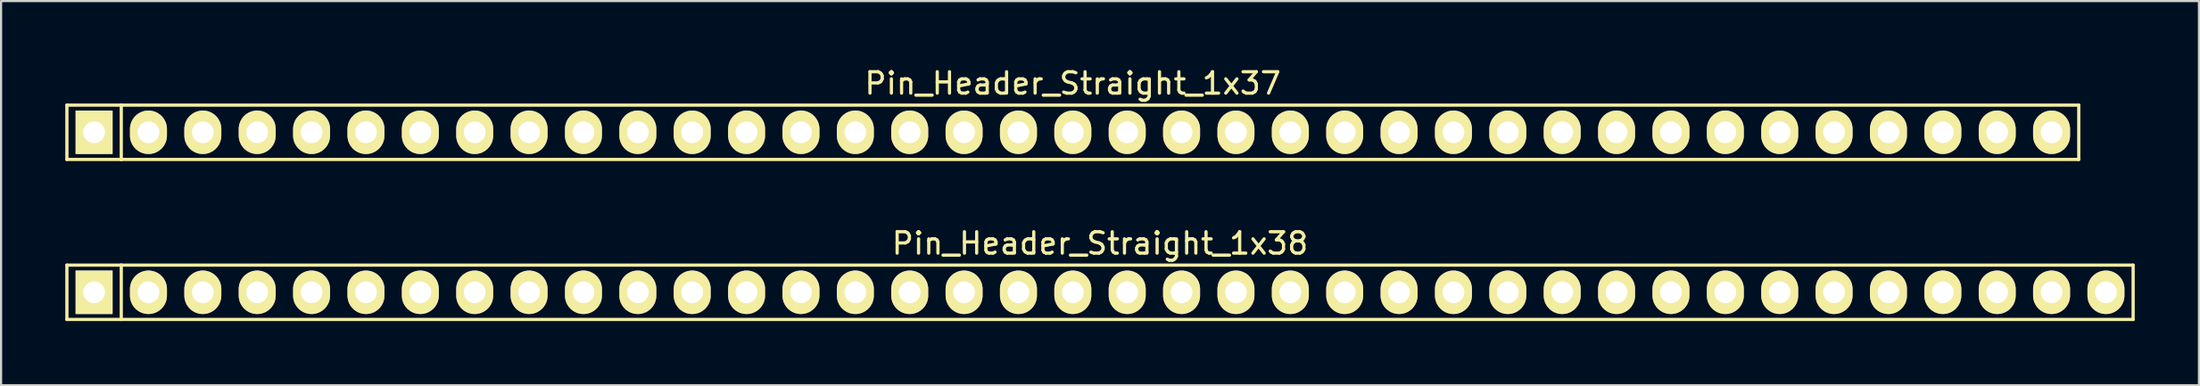
<source format=kicad_pcb>
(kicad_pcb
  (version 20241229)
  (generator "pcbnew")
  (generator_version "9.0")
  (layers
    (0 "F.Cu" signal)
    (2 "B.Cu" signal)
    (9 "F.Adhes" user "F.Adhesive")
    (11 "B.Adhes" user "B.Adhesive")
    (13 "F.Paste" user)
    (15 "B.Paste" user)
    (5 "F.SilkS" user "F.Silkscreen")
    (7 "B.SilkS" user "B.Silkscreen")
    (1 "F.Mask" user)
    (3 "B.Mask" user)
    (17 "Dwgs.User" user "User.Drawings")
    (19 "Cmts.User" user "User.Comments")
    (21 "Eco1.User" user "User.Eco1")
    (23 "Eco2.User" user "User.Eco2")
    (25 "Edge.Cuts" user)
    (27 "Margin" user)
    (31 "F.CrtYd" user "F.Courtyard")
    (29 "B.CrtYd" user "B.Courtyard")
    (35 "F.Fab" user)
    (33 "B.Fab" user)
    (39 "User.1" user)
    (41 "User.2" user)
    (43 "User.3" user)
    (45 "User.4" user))
  (footprint "Pin_Header_Straight_1x37"
    (layer "F.Cu")
    (at 47.065 3.134)
    (property "Reference" "Pin_Header_Straight_1x37" (at 0 -2.286 0) (layer "F.SilkS") (effects (font (size 1 1) (thickness 0.15))))
    (attr through_hole)
    (fp_line (start -46.99 -1.27) (end -46.99 1.27) (stroke (width 0.15) (type solid)) (layer "F.SilkS"))
    (fp_line (start -46.99 -1.27) (end -44.45 -1.27) (stroke (width 0.15) (type solid)) (layer "F.SilkS"))
    (fp_line (start -46.99 1.27) (end -44.45 1.27) (stroke (width 0.15) (type solid)) (layer "F.SilkS"))
    (fp_line (start -44.45 -1.27) (end -44.45 1.27) (stroke (width 0.15) (type solid)) (layer "F.SilkS"))
    (fp_line (start -44.45 1.27) (end 46.99 1.27) (stroke (width 0.15) (type solid)) (layer "F.SilkS"))
    (fp_line (start 46.99 -1.27) (end -44.45 -1.27) (stroke (width 0.15) (type solid)) (layer "F.SilkS"))
    (fp_line (start 46.99 1.27) (end 46.99 -1.27) (stroke (width 0.15) (type solid)) (layer "F.SilkS"))
    (pad "1" thru_hole rect (at -45.72 0) (size 1.727 2.032) (drill 1.016) (layers "*.Cu" "*.Mask" "F.SilkS"))
    (pad "2" thru_hole oval (at -43.18 0) (size 1.727 2.032) (drill 1.016) (layers "*.Cu" "*.Mask" "F.SilkS"))
    (pad "3" thru_hole oval (at -40.64 0) (size 1.727 2.032) (drill 1.016) (layers "*.Cu" "*.Mask" "F.SilkS"))
    (pad "4" thru_hole oval (at -38.1 0) (size 1.727 2.032) (drill 1.016) (layers "*.Cu" "*.Mask" "F.SilkS"))
    (pad "5" thru_hole oval (at -35.56 0) (size 1.727 2.032) (drill 1.016) (layers "*.Cu" "*.Mask" "F.SilkS"))
    (pad "6" thru_hole oval (at -33.02 0) (size 1.727 2.032) (drill 1.016) (layers "*.Cu" "*.Mask" "F.SilkS"))
    (pad "7" thru_hole oval (at -30.48 0) (size 1.727 2.032) (drill 1.016) (layers "*.Cu" "*.Mask" "F.SilkS"))
    (pad "8" thru_hole oval (at -27.94 0) (size 1.727 2.032) (drill 1.016) (layers "*.Cu" "*.Mask" "F.SilkS"))
    (pad "9" thru_hole oval (at -25.4 0) (size 1.727 2.032) (drill 1.016) (layers "*.Cu" "*.Mask" "F.SilkS"))
    (pad "10" thru_hole oval (at -22.86 0) (size 1.727 2.032) (drill 1.016) (layers "*.Cu" "*.Mask" "F.SilkS"))
    (pad "11" thru_hole oval (at -20.32 0) (size 1.727 2.032) (drill 1.016) (layers "*.Cu" "*.Mask" "F.SilkS"))
    (pad "12" thru_hole oval (at -17.78 0) (size 1.727 2.032) (drill 1.016) (layers "*.Cu" "*.Mask" "F.SilkS"))
    (pad "13" thru_hole oval (at -15.24 0) (size 1.727 2.032) (drill 1.016) (layers "*.Cu" "*.Mask" "F.SilkS"))
    (pad "14" thru_hole oval (at -12.7 0) (size 1.727 2.032) (drill 1.016) (layers "*.Cu" "*.Mask" "F.SilkS"))
    (pad "15" thru_hole oval (at -10.16 0) (size 1.727 2.032) (drill 1.016) (layers "*.Cu" "*.Mask" "F.SilkS"))
    (pad "16" thru_hole oval (at -7.62 0) (size 1.727 2.032) (drill 1.016) (layers "*.Cu" "*.Mask" "F.SilkS"))
    (pad "17" thru_hole oval (at -5.08 0) (size 1.727 2.032) (drill 1.016) (layers "*.Cu" "*.Mask" "F.SilkS"))
    (pad "18" thru_hole oval (at -2.54 0) (size 1.727 2.032) (drill 1.016) (layers "*.Cu" "*.Mask" "F.SilkS"))
    (pad "19" thru_hole oval (at 0 0) (size 1.727 2.032) (drill 1.016) (layers "*.Cu" "*.Mask" "F.SilkS"))
    (pad "20" thru_hole oval (at 2.54 0) (size 1.727 2.032) (drill 1.016) (layers "*.Cu" "*.Mask" "F.SilkS"))
    (pad "21" thru_hole oval (at 5.08 0) (size 1.727 2.032) (drill 1.016) (layers "*.Cu" "*.Mask" "F.SilkS"))
    (pad "22" thru_hole oval (at 7.62 0) (size 1.727 2.032) (drill 1.016) (layers "*.Cu" "*.Mask" "F.SilkS"))
    (pad "23" thru_hole oval (at 10.16 0) (size 1.727 2.032) (drill 1.016) (layers "*.Cu" "*.Mask" "F.SilkS"))
    (pad "24" thru_hole oval (at 12.7 0) (size 1.727 2.032) (drill 1.016) (layers "*.Cu" "*.Mask" "F.SilkS"))
    (pad "25" thru_hole oval (at 15.24 0) (size 1.727 2.032) (drill 1.016) (layers "*.Cu" "*.Mask" "F.SilkS"))
    (pad "26" thru_hole oval (at 17.78 0) (size 1.727 2.032) (drill 1.016) (layers "*.Cu" "*.Mask" "F.SilkS"))
    (pad "27" thru_hole oval (at 20.32 0) (size 1.727 2.032) (drill 1.016) (layers "*.Cu" "*.Mask" "F.SilkS"))
    (pad "28" thru_hole oval (at 22.86 0) (size 1.727 2.032) (drill 1.016) (layers "*.Cu" "*.Mask" "F.SilkS"))
    (pad "29" thru_hole oval (at 25.4 0) (size 1.727 2.032) (drill 1.016) (layers "*.Cu" "*.Mask" "F.SilkS"))
    (pad "30" thru_hole oval (at 27.94 0) (size 1.727 2.032) (drill 1.016) (layers "*.Cu" "*.Mask" "F.SilkS"))
    (pad "31" thru_hole oval (at 30.48 0) (size 1.727 2.032) (drill 1.016) (layers "*.Cu" "*.Mask" "F.SilkS"))
    (pad "32" thru_hole oval (at 33.02 0) (size 1.727 2.032) (drill 1.016) (layers "*.Cu" "*.Mask" "F.SilkS"))
    (pad "33" thru_hole oval (at 35.56 0) (size 1.727 2.032) (drill 1.016) (layers "*.Cu" "*.Mask" "F.SilkS"))
    (pad "34" thru_hole oval (at 38.1 0) (size 1.727 2.032) (drill 1.016) (layers "*.Cu" "*.Mask" "F.SilkS"))
    (pad "35" thru_hole oval (at 40.64 0) (size 1.727 2.032) (drill 1.016) (layers "*.Cu" "*.Mask" "F.SilkS"))
    (pad "36" thru_hole oval (at 43.18 0) (size 1.727 2.032) (drill 1.016) (layers "*.Cu" "*.Mask" "F.SilkS"))
    (pad "37" thru_hole oval (at 45.72 0) (size 1.727 2.032) (drill 1.016) (layers "*.Cu" "*.Mask" "F.SilkS")))
  (footprint "Pin_Header_Straight_1x38"
    (layer "F.Cu")
    (at 48.335 10.614)
    (property "Reference" "Pin_Header_Straight_1x38" (at 0 -2.286 0) (layer "F.SilkS") (effects (font (size 1 1) (thickness 0.15))))
    (attr through_hole)
    (fp_line (start -48.26 -1.27) (end -48.26 1.27) (stroke (width 0.15) (type solid)) (layer "F.SilkS"))
    (fp_line (start -48.26 -1.27) (end -45.72 -1.27) (stroke (width 0.15) (type solid)) (layer "F.SilkS"))
    (fp_line (start -48.26 1.27) (end -45.72 1.27) (stroke (width 0.15) (type solid)) (layer "F.SilkS"))
    (fp_line (start -45.72 -1.27) (end -45.72 1.27) (stroke (width 0.15) (type solid)) (layer "F.SilkS"))
    (fp_line (start -45.72 1.27) (end 48.26 1.27) (stroke (width 0.15) (type solid)) (layer "F.SilkS"))
    (fp_line (start 48.26 -1.27) (end -45.72 -1.27) (stroke (width 0.15) (type solid)) (layer "F.SilkS"))
    (fp_line (start 48.26 1.27) (end 48.26 -1.27) (stroke (width 0.15) (type solid)) (layer "F.SilkS"))
    (pad "1" thru_hole rect (at -46.99 0) (size 1.727 2.032) (drill 1.016) (layers "*.Cu" "*.Mask" "F.SilkS"))
    (pad "2" thru_hole oval (at -44.45 0) (size 1.727 2.032) (drill 1.016) (layers "*.Cu" "*.Mask" "F.SilkS"))
    (pad "3" thru_hole oval (at -41.91 0) (size 1.727 2.032) (drill 1.016) (layers "*.Cu" "*.Mask" "F.SilkS"))
    (pad "4" thru_hole oval (at -39.37 0) (size 1.727 2.032) (drill 1.016) (layers "*.Cu" "*.Mask" "F.SilkS"))
    (pad "5" thru_hole oval (at -36.83 0) (size 1.727 2.032) (drill 1.016) (layers "*.Cu" "*.Mask" "F.SilkS"))
    (pad "6" thru_hole oval (at -34.29 0) (size 1.727 2.032) (drill 1.016) (layers "*.Cu" "*.Mask" "F.SilkS"))
    (pad "7" thru_hole oval (at -31.75 0) (size 1.727 2.032) (drill 1.016) (layers "*.Cu" "*.Mask" "F.SilkS"))
    (pad "8" thru_hole oval (at -29.21 0) (size 1.727 2.032) (drill 1.016) (layers "*.Cu" "*.Mask" "F.SilkS"))
    (pad "9" thru_hole oval (at -26.67 0) (size 1.727 2.032) (drill 1.016) (layers "*.Cu" "*.Mask" "F.SilkS"))
    (pad "10" thru_hole oval (at -24.13 0) (size 1.727 2.032) (drill 1.016) (layers "*.Cu" "*.Mask" "F.SilkS"))
    (pad "11" thru_hole oval (at -21.59 0) (size 1.727 2.032) (drill 1.016) (layers "*.Cu" "*.Mask" "F.SilkS"))
    (pad "12" thru_hole oval (at -19.05 0) (size 1.727 2.032) (drill 1.016) (layers "*.Cu" "*.Mask" "F.SilkS"))
    (pad "13" thru_hole oval (at -16.51 0) (size 1.727 2.032) (drill 1.016) (layers "*.Cu" "*.Mask" "F.SilkS"))
    (pad "14" thru_hole oval (at -13.97 0) (size 1.727 2.032) (drill 1.016) (layers "*.Cu" "*.Mask" "F.SilkS"))
    (pad "15" thru_hole oval (at -11.43 0) (size 1.727 2.032) (drill 1.016) (layers "*.Cu" "*.Mask" "F.SilkS"))
    (pad "16" thru_hole oval (at -8.89 0) (size 1.727 2.032) (drill 1.016) (layers "*.Cu" "*.Mask" "F.SilkS"))
    (pad "17" thru_hole oval (at -6.35 0) (size 1.727 2.032) (drill 1.016) (layers "*.Cu" "*.Mask" "F.SilkS"))
    (pad "18" thru_hole oval (at -3.81 0) (size 1.727 2.032) (drill 1.016) (layers "*.Cu" "*.Mask" "F.SilkS"))
    (pad "19" thru_hole oval (at -1.27 0) (size 1.727 2.032) (drill 1.016) (layers "*.Cu" "*.Mask" "F.SilkS"))
    (pad "20" thru_hole oval (at 1.27 0) (size 1.727 2.032) (drill 1.016) (layers "*.Cu" "*.Mask" "F.SilkS"))
    (pad "21" thru_hole oval (at 3.81 0) (size 1.727 2.032) (drill 1.016) (layers "*.Cu" "*.Mask" "F.SilkS"))
    (pad "22" thru_hole oval (at 6.35 0) (size 1.727 2.032) (drill 1.016) (layers "*.Cu" "*.Mask" "F.SilkS"))
    (pad "23" thru_hole oval (at 8.89 0) (size 1.727 2.032) (drill 1.016) (layers "*.Cu" "*.Mask" "F.SilkS"))
    (pad "24" thru_hole oval (at 11.43 0) (size 1.727 2.032) (drill 1.016) (layers "*.Cu" "*.Mask" "F.SilkS"))
    (pad "25" thru_hole oval (at 13.97 0) (size 1.727 2.032) (drill 1.016) (layers "*.Cu" "*.Mask" "F.SilkS"))
    (pad "26" thru_hole oval (at 16.51 0) (size 1.727 2.032) (drill 1.016) (layers "*.Cu" "*.Mask" "F.SilkS"))
    (pad "27" thru_hole oval (at 19.05 0) (size 1.727 2.032) (drill 1.016) (layers "*.Cu" "*.Mask" "F.SilkS"))
    (pad "28" thru_hole oval (at 21.59 0) (size 1.727 2.032) (drill 1.016) (layers "*.Cu" "*.Mask" "F.SilkS"))
    (pad "29" thru_hole oval (at 24.13 0) (size 1.727 2.032) (drill 1.016) (layers "*.Cu" "*.Mask" "F.SilkS"))
    (pad "30" thru_hole oval (at 26.67 0) (size 1.727 2.032) (drill 1.016) (layers "*.Cu" "*.Mask" "F.SilkS"))
    (pad "31" thru_hole oval (at 29.21 0) (size 1.727 2.032) (drill 1.016) (layers "*.Cu" "*.Mask" "F.SilkS"))
    (pad "32" thru_hole oval (at 31.75 0) (size 1.727 2.032) (drill 1.016) (layers "*.Cu" "*.Mask" "F.SilkS"))
    (pad "33" thru_hole oval (at 34.29 0) (size 1.727 2.032) (drill 1.016) (layers "*.Cu" "*.Mask" "F.SilkS"))
    (pad "34" thru_hole oval (at 36.83 0) (size 1.727 2.032) (drill 1.016) (layers "*.Cu" "*.Mask" "F.SilkS"))
    (pad "35" thru_hole oval (at 39.37 0) (size 1.727 2.032) (drill 1.016) (layers "*.Cu" "*.Mask" "F.SilkS"))
    (pad "36" thru_hole oval (at 41.91 0) (size 1.727 2.032) (drill 1.016) (layers "*.Cu" "*.Mask" "F.SilkS"))
    (pad "37" thru_hole oval (at 44.45 0) (size 1.727 2.032) (drill 1.016) (layers "*.Cu" "*.Mask" "F.SilkS"))
    (pad "38" thru_hole oval (at 46.99 0) (size 1.727 2.032) (drill 1.016) (layers "*.Cu" "*.Mask" "F.SilkS")))
  (gr_rect
    (start -3 -3)
    (end 99.67 14.959)
    (stroke (width 0.1) (type default))
    (fill no)
    (layer "Edge.Cuts")))
</source>
